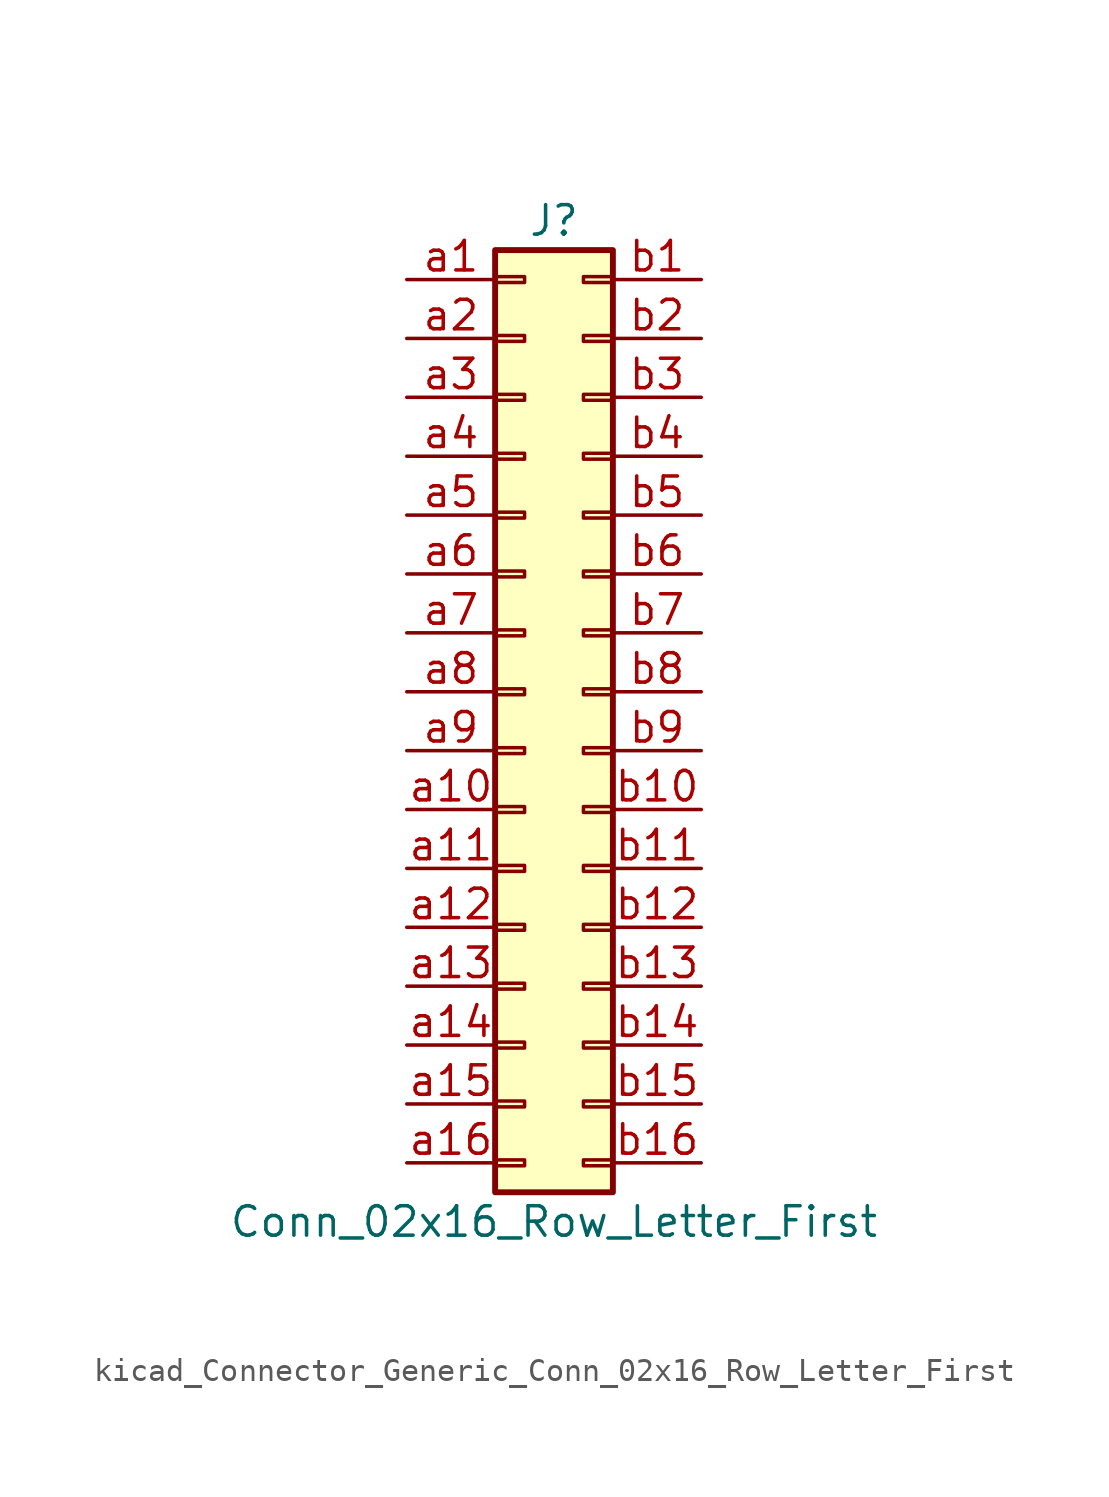
<source format=kicad_sym>
(kicad_symbol_lib
  (version 20220914)
  (generator kicad_symbol_editor)
  (symbol "kicad_Connector_Generic_Conn_02x16_Row_Letter_First"
    (pin_names
      (offset 1.016) hide)
    (property "Reference" "J"
      (at 1.27 20.32 0)
      (effects (font (size 1.27 1.27))))
    (property "Value" "Conn_02x16_Row_Letter_First"
      (at 1.27 -22.86 0)
      (effects (font (size 1.27 1.27))))
    (symbol "kicad_Connector_Generic_Conn_02x16_Row_Letter_First_1_1"
      (rectangle (start -1.27 -20.193) (end 0 -20.447) (stroke (width 0.152) (type default)) (fill (type none)))
      (rectangle (start -1.27 -17.653) (end 0 -17.907) (stroke (width 0.152) (type default)) (fill (type none)))
      (rectangle (start -1.27 -15.113) (end 0 -15.367) (stroke (width 0.152) (type default)) (fill (type none)))
      (rectangle (start -1.27 -12.573) (end 0 -12.827) (stroke (width 0.152) (type default)) (fill (type none)))
      (rectangle (start -1.27 -10.033) (end 0 -10.287) (stroke (width 0.152) (type default)) (fill (type none)))
      (rectangle (start -1.27 -7.493) (end 0 -7.747) (stroke (width 0.152) (type default)) (fill (type none)))
      (rectangle (start -1.27 -4.953) (end 0 -5.207) (stroke (width 0.152) (type default)) (fill (type none)))
      (rectangle (start -1.27 -2.413) (end 0 -2.667) (stroke (width 0.152) (type default)) (fill (type none)))
      (rectangle (start -1.27 0.127) (end 0 -0.127) (stroke (width 0.152) (type default)) (fill (type none)))
      (rectangle (start -1.27 2.667) (end 0 2.413) (stroke (width 0.152) (type default)) (fill (type none)))
      (rectangle (start -1.27 5.207) (end 0 4.953) (stroke (width 0.152) (type default)) (fill (type none)))
      (rectangle (start -1.27 7.747) (end 0 7.493) (stroke (width 0.152) (type default)) (fill (type none)))
      (rectangle (start -1.27 10.287) (end 0 10.033) (stroke (width 0.152) (type default)) (fill (type none)))
      (rectangle (start -1.27 12.827) (end 0 12.573) (stroke (width 0.152) (type default)) (fill (type none)))
      (rectangle (start -1.27 15.367) (end 0 15.113) (stroke (width 0.152) (type default)) (fill (type none)))
      (rectangle (start -1.27 17.907) (end 0 17.653) (stroke (width 0.152) (type default)) (fill (type none)))
      (rectangle (start -1.27 19.05) (end 3.81 -21.59) (stroke (width 0.254) (type default)) (fill (type background)))
      (rectangle (start 3.81 -20.193) (end 2.54 -20.447) (stroke (width 0.152) (type default)) (fill (type none)))
      (rectangle (start 3.81 -17.653) (end 2.54 -17.907) (stroke (width 0.152) (type default)) (fill (type none)))
      (rectangle (start 3.81 -15.113) (end 2.54 -15.367) (stroke (width 0.152) (type default)) (fill (type none)))
      (rectangle (start 3.81 -12.573) (end 2.54 -12.827) (stroke (width 0.152) (type default)) (fill (type none)))
      (rectangle (start 3.81 -10.033) (end 2.54 -10.287) (stroke (width 0.152) (type default)) (fill (type none)))
      (rectangle (start 3.81 -7.493) (end 2.54 -7.747) (stroke (width 0.152) (type default)) (fill (type none)))
      (rectangle (start 3.81 -4.953) (end 2.54 -5.207) (stroke (width 0.152) (type default)) (fill (type none)))
      (rectangle (start 3.81 -2.413) (end 2.54 -2.667) (stroke (width 0.152) (type default)) (fill (type none)))
      (rectangle (start 3.81 0.127) (end 2.54 -0.127) (stroke (width 0.152) (type default)) (fill (type none)))
      (rectangle (start 3.81 2.667) (end 2.54 2.413) (stroke (width 0.152) (type default)) (fill (type none)))
      (rectangle (start 3.81 5.207) (end 2.54 4.953) (stroke (width 0.152) (type default)) (fill (type none)))
      (rectangle (start 3.81 7.747) (end 2.54 7.493) (stroke (width 0.152) (type default)) (fill (type none)))
      (rectangle (start 3.81 10.287) (end 2.54 10.033) (stroke (width 0.152) (type default)) (fill (type none)))
      (rectangle (start 3.81 12.827) (end 2.54 12.573) (stroke (width 0.152) (type default)) (fill (type none)))
      (rectangle (start 3.81 15.367) (end 2.54 15.113) (stroke (width 0.152) (type default)) (fill (type none)))
      (rectangle (start 3.81 17.907) (end 2.54 17.653) (stroke (width 0.152) (type default)) (fill (type none)))
      (pin passive line (at -5.08 17.78 0) (length 3.81) (name "Pin_a1" (effects (font (size 1.27 1.27)))) (number "a1" (effects (font (size 1.27 1.27)))))
      (pin passive line (at -5.08 -5.08 0) (length 3.81) (name "Pin_a10" (effects (font (size 1.27 1.27)))) (number "a10" (effects (font (size 1.27 1.27)))))
      (pin passive line (at -5.08 -7.62 0) (length 3.81) (name "Pin_a11" (effects (font (size 1.27 1.27)))) (number "a11" (effects (font (size 1.27 1.27)))))
      (pin passive line (at -5.08 -10.16 0) (length 3.81) (name "Pin_a12" (effects (font (size 1.27 1.27)))) (number "a12" (effects (font (size 1.27 1.27)))))
      (pin passive line (at -5.08 -12.7 0) (length 3.81) (name "Pin_a13" (effects (font (size 1.27 1.27)))) (number "a13" (effects (font (size 1.27 1.27)))))
      (pin passive line (at -5.08 -15.24 0) (length 3.81) (name "Pin_a14" (effects (font (size 1.27 1.27)))) (number "a14" (effects (font (size 1.27 1.27)))))
      (pin passive line (at -5.08 -17.78 0) (length 3.81) (name "Pin_a15" (effects (font (size 1.27 1.27)))) (number "a15" (effects (font (size 1.27 1.27)))))
      (pin passive line (at -5.08 -20.32 0) (length 3.81) (name "Pin_a16" (effects (font (size 1.27 1.27)))) (number "a16" (effects (font (size 1.27 1.27)))))
      (pin passive line (at -5.08 15.24 0) (length 3.81) (name "Pin_a2" (effects (font (size 1.27 1.27)))) (number "a2" (effects (font (size 1.27 1.27)))))
      (pin passive line (at -5.08 12.7 0) (length 3.81) (name "Pin_a3" (effects (font (size 1.27 1.27)))) (number "a3" (effects (font (size 1.27 1.27)))))
      (pin passive line (at -5.08 10.16 0) (length 3.81) (name "Pin_a4" (effects (font (size 1.27 1.27)))) (number "a4" (effects (font (size 1.27 1.27)))))
      (pin passive line (at -5.08 7.62 0) (length 3.81) (name "Pin_a5" (effects (font (size 1.27 1.27)))) (number "a5" (effects (font (size 1.27 1.27)))))
      (pin passive line (at -5.08 5.08 0) (length 3.81) (name "Pin_a6" (effects (font (size 1.27 1.27)))) (number "a6" (effects (font (size 1.27 1.27)))))
      (pin passive line (at -5.08 2.54 0) (length 3.81) (name "Pin_a7" (effects (font (size 1.27 1.27)))) (number "a7" (effects (font (size 1.27 1.27)))))
      (pin passive line (at -5.08 0 0) (length 3.81) (name "Pin_a8" (effects (font (size 1.27 1.27)))) (number "a8" (effects (font (size 1.27 1.27)))))
      (pin passive line (at -5.08 -2.54 0) (length 3.81) (name "Pin_a9" (effects (font (size 1.27 1.27)))) (number "a9" (effects (font (size 1.27 1.27)))))
      (pin passive line (at 7.62 17.78 180) (length 3.81) (name "Pin_b1" (effects (font (size 1.27 1.27)))) (number "b1" (effects (font (size 1.27 1.27)))))
      (pin passive line (at 7.62 -5.08 180) (length 3.81) (name "Pin_b10" (effects (font (size 1.27 1.27)))) (number "b10" (effects (font (size 1.27 1.27)))))
      (pin passive line (at 7.62 -7.62 180) (length 3.81) (name "Pin_b11" (effects (font (size 1.27 1.27)))) (number "b11" (effects (font (size 1.27 1.27)))))
      (pin passive line (at 7.62 -10.16 180) (length 3.81) (name "Pin_b12" (effects (font (size 1.27 1.27)))) (number "b12" (effects (font (size 1.27 1.27)))))
      (pin passive line (at 7.62 -12.7 180) (length 3.81) (name "Pin_b13" (effects (font (size 1.27 1.27)))) (number "b13" (effects (font (size 1.27 1.27)))))
      (pin passive line (at 7.62 -15.24 180) (length 3.81) (name "Pin_b14" (effects (font (size 1.27 1.27)))) (number "b14" (effects (font (size 1.27 1.27)))))
      (pin passive line (at 7.62 -17.78 180) (length 3.81) (name "Pin_b15" (effects (font (size 1.27 1.27)))) (number "b15" (effects (font (size 1.27 1.27)))))
      (pin passive line (at 7.62 -20.32 180) (length 3.81) (name "Pin_b16" (effects (font (size 1.27 1.27)))) (number "b16" (effects (font (size 1.27 1.27)))))
      (pin passive line (at 7.62 15.24 180) (length 3.81) (name "Pin_b2" (effects (font (size 1.27 1.27)))) (number "b2" (effects (font (size 1.27 1.27)))))
      (pin passive line (at 7.62 12.7 180) (length 3.81) (name "Pin_b3" (effects (font (size 1.27 1.27)))) (number "b3" (effects (font (size 1.27 1.27)))))
      (pin passive line (at 7.62 10.16 180) (length 3.81) (name "Pin_b4" (effects (font (size 1.27 1.27)))) (number "b4" (effects (font (size 1.27 1.27)))))
      (pin passive line (at 7.62 7.62 180) (length 3.81) (name "Pin_b5" (effects (font (size 1.27 1.27)))) (number "b5" (effects (font (size 1.27 1.27)))))
      (pin passive line (at 7.62 5.08 180) (length 3.81) (name "Pin_b6" (effects (font (size 1.27 1.27)))) (number "b6" (effects (font (size 1.27 1.27)))))
      (pin passive line (at 7.62 2.54 180) (length 3.81) (name "Pin_b7" (effects (font (size 1.27 1.27)))) (number "b7" (effects (font (size 1.27 1.27)))))
      (pin passive line (at 7.62 0 180) (length 3.81) (name "Pin_b8" (effects (font (size 1.27 1.27)))) (number "b8" (effects (font (size 1.27 1.27)))))
      (pin passive line (at 7.62 -2.54 180) (length 3.81) (name "Pin_b9" (effects (font (size 1.27 1.27)))) (number "b9" (effects (font (size 1.27 1.27))))))))
</source>
